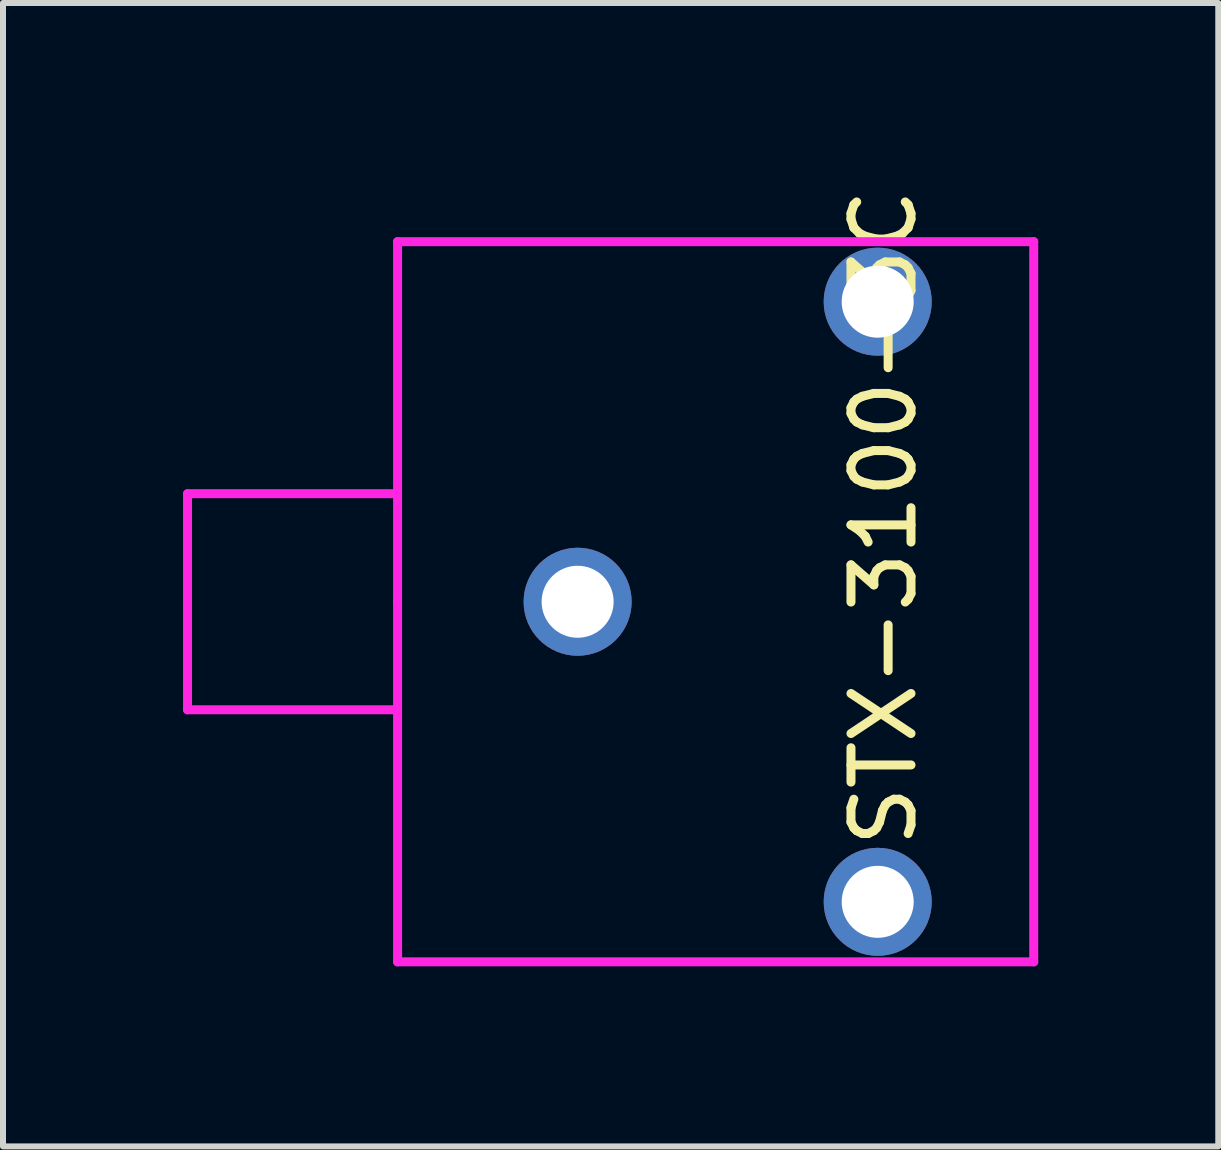
<source format=kicad_pcb>
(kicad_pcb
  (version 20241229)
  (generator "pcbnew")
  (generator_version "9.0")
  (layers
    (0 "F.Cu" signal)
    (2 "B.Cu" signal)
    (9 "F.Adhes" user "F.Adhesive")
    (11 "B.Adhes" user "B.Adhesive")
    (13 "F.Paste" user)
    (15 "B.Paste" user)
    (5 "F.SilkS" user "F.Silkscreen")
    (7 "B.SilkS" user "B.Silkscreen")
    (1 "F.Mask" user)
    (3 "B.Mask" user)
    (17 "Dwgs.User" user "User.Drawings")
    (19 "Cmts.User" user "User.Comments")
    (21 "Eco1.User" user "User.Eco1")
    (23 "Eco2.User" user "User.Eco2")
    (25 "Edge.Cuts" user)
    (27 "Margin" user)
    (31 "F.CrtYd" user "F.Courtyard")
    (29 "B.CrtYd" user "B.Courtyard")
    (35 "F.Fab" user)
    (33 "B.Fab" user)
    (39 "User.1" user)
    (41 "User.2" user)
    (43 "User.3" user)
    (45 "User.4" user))
  (footprint "STX-3100-3C"
    (layer "F.Cu")
    (at 9.075 6.977)
    (property "Reference" "STX-3100-3C" (at 2.6 -1.4 90) (layer "F.SilkS") (effects (font (size 1 1) (thickness 0.15))))
    (attr through_hole)
    (fp_line (start -9 -1.8) (end -9 1.8) (stroke (width 0.15) (type solid)) (layer "F.CrtYd"))
    (fp_line (start -9 1.8) (end -5.5 1.8) (stroke (width 0.15) (type solid)) (layer "F.CrtYd"))
    (fp_line (start -5.5 -6) (end 5.1 -6) (stroke (width 0.15) (type solid)) (layer "F.CrtYd"))
    (fp_line (start -5.5 -1.8) (end -9 -1.8) (stroke (width 0.15) (type solid)) (layer "F.CrtYd"))
    (fp_line (start -5.5 0) (end -5.5 -6) (stroke (width 0.15) (type solid)) (layer "F.CrtYd"))
    (fp_line (start -5.5 0) (end -5.5 6) (stroke (width 0.15) (type solid)) (layer "F.CrtYd"))
    (fp_line (start -5.5 6) (end 5.1 6) (stroke (width 0.15) (type solid)) (layer "F.CrtYd"))
    (fp_line (start 5.1 6) (end 5.1 -6) (stroke (width 0.15) (type solid)) (layer "F.CrtYd"))
    (pad "1" thru_hole circle (at -2.5 0) (size 1.8 1.8) (drill 1.2) (layers "*.Cu" "*.Mask"))
    (pad "2" thru_hole circle (at 2.5 -5) (size 1.8 1.8) (drill 1.2) (layers "*.Cu" "*.Mask"))
    (pad "3" thru_hole circle (at 2.5 5) (size 1.8 1.8) (drill 1.2) (layers "*.Cu" "*.Mask")))
  (gr_rect
    (start -3 -3)
    (end 17.25 16.052)
    (stroke (width 0.1) (type default))
    (fill no)
    (layer "Edge.Cuts")))
</source>
